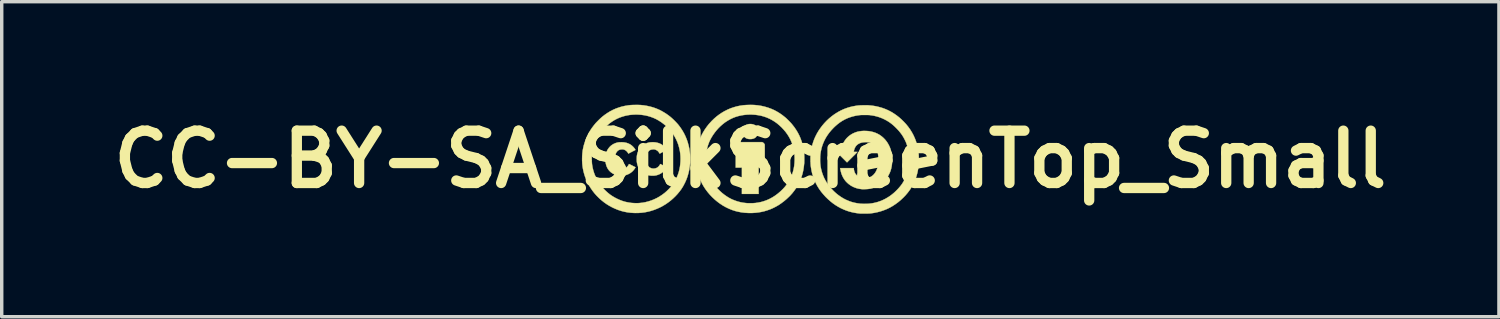
<source format=kicad_pcb>
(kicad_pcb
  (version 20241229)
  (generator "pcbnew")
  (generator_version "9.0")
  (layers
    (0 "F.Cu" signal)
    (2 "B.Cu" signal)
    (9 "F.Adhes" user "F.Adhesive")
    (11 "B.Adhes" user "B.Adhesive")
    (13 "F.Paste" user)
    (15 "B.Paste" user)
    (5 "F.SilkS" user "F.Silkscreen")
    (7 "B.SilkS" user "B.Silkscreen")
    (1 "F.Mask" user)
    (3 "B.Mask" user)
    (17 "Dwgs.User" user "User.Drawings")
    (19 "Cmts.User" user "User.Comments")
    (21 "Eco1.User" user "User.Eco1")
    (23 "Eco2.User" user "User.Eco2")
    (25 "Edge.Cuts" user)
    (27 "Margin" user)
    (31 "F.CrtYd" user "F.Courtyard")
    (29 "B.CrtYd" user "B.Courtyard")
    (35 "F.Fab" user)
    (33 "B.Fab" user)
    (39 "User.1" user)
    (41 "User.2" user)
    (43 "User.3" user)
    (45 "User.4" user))
  (footprint "CC-BY-SA_SilkScreenTop_Small"
    (layer "F.Cu")
    (at 18.803 1.59)
    (property "Reference" "CC-BY-SA_SilkScreenTop_Small" (at 0 0 0) (layer "F.SilkS") (effects (font (size 1.524 1.524) (thickness 0.3))))
    (attr through_hole)
    (fp_poly (pts (xy 0.363 -0.492) (xy 0.382 -0.48) (xy 0.399 -0.463) (xy 0.412 -0.444) (xy 0.413 -0.443) (xy 0.42 -0.429) (xy 0.421 -0.094) (xy 0.422 0.242) (xy 0.242 0.242) (xy 0.242 1.008) (xy -0.245 1.008) (xy -0.245 0.242) (xy -0.425 0.242) (xy -0.424 -0.094) (xy -0.423 -0.429) (xy -0.416 -0.444) (xy -0.404 -0.462) (xy -0.388 -0.478) (xy -0.369 -0.491) (xy -0.366 -0.493) (xy -0.349 -0.501) (xy 0.346 -0.501) (xy 0.363 -0.492)) (stroke (width 0.01) (type solid)) (fill yes) (layer "F.SilkS"))
    (fp_poly (pts (xy 0.018 -1.028) (xy 0.051 -1.024) (xy 0.083 -1.017) (xy 0.111 -1.007) (xy 0.132 -0.996) (xy 0.152 -0.981) (xy 0.17 -0.963) (xy 0.184 -0.943) (xy 0.187 -0.939) (xy 0.198 -0.916) (xy 0.207 -0.888) (xy 0.213 -0.857) (xy 0.216 -0.825) (xy 0.216 -0.793) (xy 0.216 -0.789) (xy 0.211 -0.749) (xy 0.202 -0.714) (xy 0.189 -0.683) (xy 0.172 -0.657) (xy 0.15 -0.635) (xy 0.124 -0.618) (xy 0.094 -0.604) (xy 0.059 -0.595) (xy 0.042 -0.592) (xy 0.013 -0.59) (xy -0.019 -0.59) (xy -0.048 -0.592) (xy -0.048 -0.592) (xy -0.085 -0.6) (xy -0.117 -0.612) (xy -0.145 -0.628) (xy -0.168 -0.649) (xy -0.187 -0.674) (xy -0.202 -0.703) (xy -0.212 -0.737) (xy -0.217 -0.764) (xy -0.219 -0.797) (xy -0.219 -0.83) (xy -0.215 -0.863) (xy -0.208 -0.894) (xy -0.199 -0.922) (xy -0.188 -0.942) (xy -0.176 -0.959) (xy -0.16 -0.976) (xy -0.143 -0.99) (xy -0.135 -0.996) (xy -0.11 -1.009) (xy -0.081 -1.018) (xy -0.05 -1.025) (xy -0.016 -1.028) (xy 0.018 -1.028)) (stroke (width 0.01) (type solid)) (fill yes) (layer "F.SilkS"))
    (fp_poly (pts (xy -3.723 -0.497) (xy -3.696 -0.495) (xy -3.672 -0.493) (xy -3.656 -0.49) (xy -3.604 -0.479) (xy -3.557 -0.463) (xy -3.513 -0.442) (xy -3.481 -0.423) (xy -3.449 -0.398) (xy -3.417 -0.369) (xy -3.388 -0.337) (xy -3.363 -0.304) (xy -3.354 -0.288) (xy -3.345 -0.273) (xy -3.396 -0.247) (xy -3.417 -0.236) (xy -3.44 -0.224) (xy -3.465 -0.211) (xy -3.488 -0.199) (xy -3.499 -0.193) (xy -3.552 -0.166) (xy -3.564 -0.187) (xy -3.577 -0.207) (xy -3.594 -0.227) (xy -3.613 -0.245) (xy -3.632 -0.26) (xy -3.645 -0.267) (xy -3.664 -0.277) (xy -3.68 -0.283) (xy -3.695 -0.287) (xy -3.711 -0.289) (xy -3.73 -0.29) (xy -3.736 -0.29) (xy -3.773 -0.287) (xy -3.806 -0.279) (xy -3.836 -0.266) (xy -3.862 -0.247) (xy -3.884 -0.224) (xy -3.903 -0.196) (xy -3.918 -0.164) (xy -3.929 -0.126) (xy -3.936 -0.083) (xy -3.938 -0.072) (xy -3.941 -0.021) (xy -3.939 0.027) (xy -3.934 0.072) (xy -3.924 0.114) (xy -3.91 0.152) (xy -3.892 0.186) (xy -3.875 0.208) (xy -3.86 0.223) (xy -3.84 0.238) (xy -3.818 0.25) (xy -3.797 0.259) (xy -3.786 0.263) (xy -3.776 0.265) (xy -3.766 0.267) (xy -3.754 0.268) (xy -3.738 0.268) (xy -3.73 0.268) (xy -3.704 0.267) (xy -3.683 0.265) (xy -3.664 0.261) (xy -3.646 0.255) (xy -3.631 0.248) (xy -3.603 0.231) (xy -3.579 0.208) (xy -3.557 0.181) (xy -3.543 0.157) (xy -3.538 0.147) (xy -3.535 0.14) (xy -3.533 0.137) (xy -3.53 0.138) (xy -3.523 0.142) (xy -3.511 0.147) (xy -3.496 0.154) (xy -3.479 0.163) (xy -3.46 0.172) (xy -3.441 0.182) (xy -3.421 0.192) (xy -3.403 0.201) (xy -3.385 0.21) (xy -3.37 0.218) (xy -3.359 0.224) (xy -3.351 0.228) (xy -3.348 0.23) (xy -3.346 0.232) (xy -3.345 0.235) (xy -3.347 0.24) (xy -3.351 0.247) (xy -3.358 0.258) (xy -3.364 0.267) (xy -3.388 0.301) (xy -3.413 0.331) (xy -3.44 0.358) (xy -3.47 0.382) (xy -3.49 0.397) (xy -3.523 0.417) (xy -3.56 0.435) (xy -3.599 0.451) (xy -3.638 0.463) (xy -3.666 0.47) (xy -3.682 0.472) (xy -3.703 0.474) (xy -3.726 0.475) (xy -3.75 0.476) (xy -3.774 0.476) (xy -3.796 0.476) (xy -3.814 0.475) (xy -3.819 0.475) (xy -3.873 0.466) (xy -3.924 0.451) (xy -3.972 0.432) (xy -4.016 0.408) (xy -4.057 0.38) (xy -4.093 0.347) (xy -4.126 0.31) (xy -4.154 0.269) (xy -4.177 0.224) (xy -4.193 0.183) (xy -4.207 0.132) (xy -4.216 0.079) (xy -4.221 0.024) (xy -4.221 -0.032) (xy -4.217 -0.088) (xy -4.209 -0.141) (xy -4.195 -0.192) (xy -4.193 -0.198) (xy -4.175 -0.244) (xy -4.153 -0.286) (xy -4.126 -0.325) (xy -4.095 -0.362) (xy -4.057 -0.398) (xy -4.015 -0.428) (xy -3.971 -0.453) (xy -3.923 -0.473) (xy -3.872 -0.488) (xy -3.849 -0.492) (xy -3.83 -0.495) (xy -3.807 -0.497) (xy -3.78 -0.497) (xy -3.752 -0.498) (xy -3.723 -0.497)) (stroke (width 0.01) (type solid)) (fill yes) (layer "F.SilkS"))
    (fp_poly (pts (xy -2.799 -0.497) (xy -2.77 -0.494) (xy -2.745 -0.491) (xy -2.744 -0.49) (xy -2.691 -0.478) (xy -2.642 -0.462) (xy -2.598 -0.44) (xy -2.557 -0.414) (xy -2.52 -0.383) (xy -2.486 -0.347) (xy -2.457 -0.308) (xy -2.449 -0.296) (xy -2.443 -0.286) (xy -2.44 -0.279) (xy -2.439 -0.277) (xy -2.441 -0.274) (xy -2.447 -0.27) (xy -2.457 -0.264) (xy -2.472 -0.255) (xy -2.492 -0.244) (xy -2.517 -0.231) (xy -2.539 -0.219) (xy -2.64 -0.165) (xy -2.648 -0.18) (xy -2.668 -0.21) (xy -2.69 -0.236) (xy -2.716 -0.257) (xy -2.747 -0.274) (xy -2.772 -0.284) (xy -2.782 -0.287) (xy -2.794 -0.289) (xy -2.808 -0.29) (xy -2.825 -0.29) (xy -2.86 -0.287) (xy -2.891 -0.281) (xy -2.918 -0.27) (xy -2.943 -0.255) (xy -2.961 -0.239) (xy -2.981 -0.216) (xy -2.997 -0.191) (xy -3.01 -0.162) (xy -3.019 -0.13) (xy -3.026 -0.093) (xy -3.029 -0.052) (xy -3.03 -0.014) (xy -3.029 0.033) (xy -3.024 0.074) (xy -3.016 0.112) (xy -3.004 0.145) (xy -2.989 0.175) (xy -2.97 0.202) (xy -2.959 0.214) (xy -2.936 0.234) (xy -2.909 0.25) (xy -2.88 0.261) (xy -2.849 0.268) (xy -2.817 0.27) (xy -2.785 0.267) (xy -2.754 0.26) (xy -2.725 0.249) (xy -2.698 0.233) (xy -2.676 0.214) (xy -2.667 0.204) (xy -2.657 0.192) (xy -2.647 0.179) (xy -2.639 0.166) (xy -2.632 0.154) (xy -2.627 0.145) (xy -2.626 0.14) (xy -2.624 0.137) (xy -2.623 0.136) (xy -2.62 0.138) (xy -2.612 0.141) (xy -2.6 0.147) (xy -2.585 0.155) (xy -2.567 0.163) (xy -2.548 0.172) (xy -2.528 0.182) (xy -2.508 0.192) (xy -2.489 0.202) (xy -2.471 0.211) (xy -2.456 0.218) (xy -2.443 0.225) (xy -2.435 0.229) (xy -2.431 0.231) (xy -2.431 0.231) (xy -2.432 0.234) (xy -2.436 0.242) (xy -2.442 0.252) (xy -2.45 0.264) (xy -2.459 0.276) (xy -2.468 0.289) (xy -2.477 0.3) (xy -2.479 0.303) (xy -2.514 0.342) (xy -2.554 0.377) (xy -2.597 0.407) (xy -2.643 0.432) (xy -2.692 0.452) (xy -2.742 0.467) (xy -2.786 0.474) (xy -2.808 0.476) (xy -2.833 0.477) (xy -2.86 0.477) (xy -2.887 0.476) (xy -2.908 0.474) (xy -2.963 0.466) (xy -3.014 0.452) (xy -3.061 0.433) (xy -3.106 0.408) (xy -3.147 0.378) (xy -3.18 0.349) (xy -3.212 0.312) (xy -3.24 0.273) (xy -3.263 0.23) (xy -3.281 0.183) (xy -3.295 0.132) (xy -3.304 0.081) (xy -3.306 0.06) (xy -3.307 0.035) (xy -3.308 0.008) (xy -3.308 -0.021) (xy -3.307 -0.049) (xy -3.306 -0.075) (xy -3.304 -0.096) (xy -3.304 -0.1) (xy -3.294 -0.155) (xy -3.279 -0.206) (xy -3.258 -0.254) (xy -3.233 -0.299) (xy -3.203 -0.34) (xy -3.169 -0.377) (xy -3.136 -0.404) (xy -3.1 -0.43) (xy -3.063 -0.451) (xy -3.025 -0.468) (xy -2.983 -0.481) (xy -2.945 -0.491) (xy -2.921 -0.494) (xy -2.893 -0.496) (xy -2.863 -0.498) (xy -2.831 -0.498) (xy -2.799 -0.497)) (stroke (width 0.01) (type solid)) (fill yes) (layer "F.SilkS"))
    (fp_poly (pts (xy 3.373 -0.826) (xy 3.446 -0.821) (xy 3.516 -0.809) (xy 3.583 -0.793) (xy 3.647 -0.771) (xy 3.707 -0.744) (xy 3.765 -0.712) (xy 3.819 -0.674) (xy 3.869 -0.632) (xy 3.917 -0.584) (xy 3.946 -0.55) (xy 3.988 -0.493) (xy 4.024 -0.433) (xy 4.056 -0.369) (xy 4.082 -0.303) (xy 4.102 -0.233) (xy 4.118 -0.161) (xy 4.128 -0.086) (xy 4.132 -0.008) (xy 4.132 0.056) (xy 4.127 0.132) (xy 4.117 0.205) (xy 4.102 0.275) (xy 4.082 0.341) (xy 4.056 0.405) (xy 4.025 0.466) (xy 3.995 0.515) (xy 3.953 0.573) (xy 3.907 0.627) (xy 3.858 0.675) (xy 3.806 0.718) (xy 3.75 0.756) (xy 3.691 0.788) (xy 3.628 0.815) (xy 3.563 0.837) (xy 3.494 0.854) (xy 3.435 0.864) (xy 3.418 0.865) (xy 3.396 0.867) (xy 3.371 0.868) (xy 3.344 0.869) (xy 3.317 0.87) (xy 3.291 0.87) (xy 3.268 0.87) (xy 3.248 0.869) (xy 3.239 0.868) (xy 3.171 0.859) (xy 3.107 0.844) (xy 3.047 0.824) (xy 2.989 0.799) (xy 2.933 0.768) (xy 2.916 0.757) (xy 2.864 0.72) (xy 2.817 0.678) (xy 2.774 0.633) (xy 2.737 0.584) (xy 2.704 0.531) (xy 2.676 0.474) (xy 2.653 0.414) (xy 2.635 0.349) (xy 2.625 0.299) (xy 2.622 0.286) (xy 2.62 0.274) (xy 2.619 0.266) (xy 2.618 0.264) (xy 2.617 0.257) (xy 3.014 0.257) (xy 3.014 0.272) (xy 3.015 0.286) (xy 3.018 0.304) (xy 3.022 0.324) (xy 3.027 0.345) (xy 3.033 0.364) (xy 3.036 0.372) (xy 3.052 0.407) (xy 3.074 0.438) (xy 3.1 0.465) (xy 3.131 0.488) (xy 3.166 0.508) (xy 3.196 0.52) (xy 3.217 0.526) (xy 3.237 0.532) (xy 3.257 0.536) (xy 3.277 0.538) (xy 3.301 0.54) (xy 3.328 0.541) (xy 3.353 0.541) (xy 3.381 0.541) (xy 3.404 0.54) (xy 3.423 0.538) (xy 3.439 0.536) (xy 3.455 0.532) (xy 3.47 0.527) (xy 3.487 0.519) (xy 3.501 0.513) (xy 3.537 0.492) (xy 3.572 0.465) (xy 3.603 0.434) (xy 3.632 0.397) (xy 3.657 0.357) (xy 3.679 0.312) (xy 3.697 0.263) (xy 3.712 0.211) (xy 3.713 0.207) (xy 3.723 0.151) (xy 3.729 0.091) (xy 3.732 0.028) (xy 3.732 -0.034) (xy 3.727 -0.096) (xy 3.719 -0.156) (xy 3.708 -0.211) (xy 3.693 -0.262) (xy 3.674 -0.309) (xy 3.652 -0.35) (xy 3.626 -0.387) (xy 3.596 -0.419) (xy 3.563 -0.445) (xy 3.527 -0.467) (xy 3.487 -0.483) (xy 3.465 -0.49) (xy 3.432 -0.496) (xy 3.395 -0.5) (xy 3.356 -0.5) (xy 3.316 -0.498) (xy 3.277 -0.493) (xy 3.24 -0.486) (xy 3.212 -0.478) (xy 3.172 -0.461) (xy 3.136 -0.441) (xy 3.105 -0.416) (xy 3.078 -0.387) (xy 3.056 -0.354) (xy 3.039 -0.318) (xy 3.033 -0.303) (xy 3.027 -0.285) (xy 3.022 -0.267) (xy 3.018 -0.249) (xy 3.015 -0.235) (xy 3.014 -0.225) (xy 3.014 -0.217) (xy 3.122 -0.215) (xy 2.817 0.09) (xy 2.663 -0.064) (xy 2.51 -0.217) (xy 2.628 -0.217) (xy 2.632 -0.241) (xy 2.634 -0.253) (xy 2.638 -0.269) (xy 2.642 -0.287) (xy 2.646 -0.306) (xy 2.648 -0.312) (xy 2.667 -0.377) (xy 2.691 -0.438) (xy 2.72 -0.495) (xy 2.754 -0.548) (xy 2.791 -0.598) (xy 2.834 -0.643) (xy 2.88 -0.683) (xy 2.931 -0.719) (xy 2.961 -0.738) (xy 3.013 -0.764) (xy 3.066 -0.786) (xy 3.12 -0.803) (xy 3.177 -0.815) (xy 3.237 -0.823) (xy 3.297 -0.827) (xy 3.373 -0.826)) (stroke (width 0.01) (type solid)) (fill yes) (layer "F.SilkS"))
    (fp_poly (pts (xy 0.054 -1.584) (xy 0.094 -1.583) (xy 0.127 -1.581) (xy 0.227 -1.571) (xy 0.325 -1.555) (xy 0.42 -1.533) (xy 0.512 -1.506) (xy 0.601 -1.474) (xy 0.688 -1.436) (xy 0.772 -1.392) (xy 0.853 -1.343) (xy 0.932 -1.288) (xy 1.009 -1.227) (xy 1.036 -1.204) (xy 1.057 -1.185) (xy 1.08 -1.162) (xy 1.106 -1.137) (xy 1.131 -1.111) (xy 1.157 -1.085) (xy 1.18 -1.06) (xy 1.201 -1.037) (xy 1.215 -1.02) (xy 1.276 -0.943) (xy 1.331 -0.863) (xy 1.38 -0.782) (xy 1.424 -0.698) (xy 1.462 -0.612) (xy 1.494 -0.523) (xy 1.521 -0.431) (xy 1.543 -0.337) (xy 1.558 -0.24) (xy 1.569 -0.14) (xy 1.569 -0.14) (xy 1.57 -0.12) (xy 1.571 -0.095) (xy 1.572 -0.067) (xy 1.572 -0.036) (xy 1.572 -0.005) (xy 1.572 0.027) (xy 1.571 0.057) (xy 1.571 0.084) (xy 1.57 0.107) (xy 1.569 0.12) (xy 1.558 0.22) (xy 1.543 0.317) (xy 1.522 0.411) (xy 1.495 0.502) (xy 1.463 0.59) (xy 1.426 0.675) (xy 1.383 0.758) (xy 1.334 0.837) (xy 1.28 0.914) (xy 1.221 0.989) (xy 1.156 1.061) (xy 1.135 1.082) (xy 1.06 1.153) (xy 0.982 1.219) (xy 0.902 1.279) (xy 0.821 1.334) (xy 0.737 1.382) (xy 0.651 1.425) (xy 0.579 1.456) (xy 0.494 1.486) (xy 0.408 1.512) (xy 0.322 1.532) (xy 0.234 1.547) (xy 0.144 1.557) (xy 0.051 1.563) (xy -0.045 1.563) (xy -0.067 1.562) (xy -0.164 1.556) (xy -0.26 1.544) (xy -0.354 1.526) (xy -0.446 1.503) (xy -0.536 1.473) (xy -0.624 1.437) (xy -0.71 1.396) (xy -0.794 1.349) (xy -0.876 1.296) (xy -0.955 1.238) (xy -1.032 1.174) (xy -1.107 1.104) (xy -1.109 1.102) (xy -1.179 1.029) (xy -1.243 0.953) (xy -1.302 0.875) (xy -1.355 0.794) (xy -1.403 0.712) (xy -1.444 0.626) (xy -1.48 0.539) (xy -1.511 0.449) (xy -1.535 0.356) (xy -1.554 0.261) (xy -1.567 0.169) (xy -1.571 0.123) (xy -1.574 0.072) (xy -1.575 0.018) (xy -1.575 0.009) (xy -1.295 0.009) (xy -1.291 0.094) (xy -1.282 0.178) (xy -1.267 0.262) (xy -1.247 0.343) (xy -1.221 0.423) (xy -1.19 0.5) (xy -1.186 0.509) (xy -1.149 0.583) (xy -1.107 0.655) (xy -1.059 0.725) (xy -1.007 0.793) (xy -0.95 0.858) (xy -0.889 0.919) (xy -0.826 0.977) (xy -0.759 1.03) (xy -0.689 1.079) (xy -0.618 1.123) (xy -0.545 1.161) (xy -0.53 1.168) (xy -0.451 1.2) (xy -0.369 1.228) (xy -0.284 1.25) (xy -0.198 1.266) (xy -0.109 1.276) (xy -0.09 1.277) (xy -0.068 1.278) (xy -0.041 1.279) (xy -0.012 1.279) (xy 0.02 1.279) (xy 0.052 1.278) (xy 0.083 1.277) (xy 0.111 1.275) (xy 0.135 1.273) (xy 0.143 1.273) (xy 0.23 1.26) (xy 0.316 1.243) (xy 0.398 1.219) (xy 0.479 1.19) (xy 0.557 1.155) (xy 0.634 1.114) (xy 0.708 1.068) (xy 0.781 1.015) (xy 0.817 0.987) (xy 0.887 0.926) (xy 0.951 0.864) (xy 1.009 0.799) (xy 1.062 0.732) (xy 1.109 0.662) (xy 1.151 0.59) (xy 1.187 0.516) (xy 1.218 0.439) (xy 1.222 0.426) (xy 1.245 0.352) (xy 1.264 0.273) (xy 1.278 0.193) (xy 1.287 0.11) (xy 1.291 0.027) (xy 1.291 -0.057) (xy 1.286 -0.14) (xy 1.276 -0.222) (xy 1.262 -0.302) (xy 1.253 -0.341) (xy 1.229 -0.424) (xy 1.199 -0.504) (xy 1.165 -0.582) (xy 1.124 -0.657) (xy 1.078 -0.73) (xy 1.027 -0.8) (xy 0.969 -0.868) (xy 0.907 -0.934) (xy 0.843 -0.993) (xy 0.779 -1.047) (xy 0.712 -1.095) (xy 0.644 -1.137) (xy 0.573 -1.176) (xy 0.499 -1.209) (xy 0.454 -1.227) (xy 0.382 -1.251) (xy 0.306 -1.271) (xy 0.227 -1.286) (xy 0.147 -1.297) (xy 0.064 -1.303) (xy -0.019 -1.304) (xy -0.101 -1.301) (xy -0.183 -1.292) (xy -0.251 -1.282) (xy -0.336 -1.263) (xy -0.419 -1.239) (xy -0.499 -1.209) (xy -0.576 -1.173) (xy -0.651 -1.131) (xy -0.724 -1.084) (xy -0.739 -1.074) (xy -0.804 -1.023) (xy -0.868 -0.967) (xy -0.928 -0.908) (xy -0.985 -0.844) (xy -1.038 -0.777) (xy -1.087 -0.708) (xy -1.131 -0.637) (xy -1.17 -0.565) (xy -1.203 -0.492) (xy -1.204 -0.488) (xy -1.233 -0.409) (xy -1.256 -0.328) (xy -1.274 -0.245) (xy -1.287 -0.161) (xy -1.294 -0.076) (xy -1.295 0.009) (xy -1.575 0.009) (xy -1.575 -0.037) (xy -1.574 -0.092) (xy -1.571 -0.146) (xy -1.566 -0.197) (xy -1.561 -0.242) (xy -1.544 -0.339) (xy -1.521 -0.433) (xy -1.493 -0.525) (xy -1.459 -0.615) (xy -1.42 -0.702) (xy -1.374 -0.787) (xy -1.323 -0.87) (xy -1.266 -0.951) (xy -1.204 -1.03) (xy -1.193 -1.042) (xy -1.125 -1.116) (xy -1.054 -1.185) (xy -0.98 -1.249) (xy -0.903 -1.307) (xy -0.823 -1.36) (xy -0.741 -1.408) (xy -0.656 -1.45) (xy -0.568 -1.487) (xy -0.478 -1.517) (xy -0.386 -1.543) (xy -0.292 -1.562) (xy -0.202 -1.575) (xy -0.165 -1.578) (xy -0.123 -1.581) (xy -0.079 -1.583) (xy -0.034 -1.584) (xy 0.011 -1.585) (xy 0.054 -1.584)) (stroke (width 0.01) (type solid)) (fill yes) (layer "F.SilkS"))
    (fp_poly (pts (xy -3.272 -1.584) (xy -3.243 -1.583) (xy -3.218 -1.582) (xy -3.205 -1.582) (xy -3.105 -1.572) (xy -3.008 -1.556) (xy -2.914 -1.535) (xy -2.822 -1.509) (xy -2.733 -1.477) (xy -2.646 -1.439) (xy -2.562 -1.395) (xy -2.48 -1.346) (xy -2.462 -1.335) (xy -2.419 -1.305) (xy -2.379 -1.276) (xy -2.341 -1.247) (xy -2.304 -1.216) (xy -2.266 -1.182) (xy -2.227 -1.145) (xy -2.206 -1.124) (xy -2.17 -1.087) (xy -2.138 -1.053) (xy -2.109 -1.021) (xy -2.082 -0.988) (xy -2.057 -0.954) (xy -2.036 -0.926) (xy -1.982 -0.845) (xy -1.934 -0.762) (xy -1.891 -0.675) (xy -1.854 -0.586) (xy -1.823 -0.495) (xy -1.797 -0.4) (xy -1.776 -0.304) (xy -1.762 -0.205) (xy -1.755 -0.136) (xy -1.754 -0.116) (xy -1.753 -0.091) (xy -1.752 -0.063) (xy -1.752 -0.032) (xy -1.752 -0.001) (xy -1.752 0.03) (xy -1.753 0.059) (xy -1.753 0.086) (xy -1.754 0.108) (xy -1.755 0.116) (xy -1.766 0.217) (xy -1.782 0.316) (xy -1.804 0.411) (xy -1.831 0.504) (xy -1.864 0.594) (xy -1.903 0.681) (xy -1.947 0.766) (xy -1.971 0.807) (xy -2.015 0.876) (xy -2.066 0.943) (xy -2.121 1.01) (xy -2.181 1.074) (xy -2.245 1.136) (xy -2.312 1.195) (xy -2.379 1.247) (xy -2.457 1.302) (xy -2.539 1.352) (xy -2.625 1.398) (xy -2.713 1.438) (xy -2.803 1.473) (xy -2.895 1.503) (xy -2.982 1.525) (xy -3.072 1.543) (xy -3.164 1.555) (xy -3.257 1.562) (xy -3.353 1.563) (xy -3.389 1.562) (xy -3.485 1.556) (xy -3.579 1.544) (xy -3.672 1.526) (xy -3.764 1.502) (xy -3.855 1.472) (xy -3.945 1.435) (xy -4.011 1.405) (xy -4.097 1.359) (xy -4.179 1.309) (xy -4.259 1.253) (xy -4.334 1.193) (xy -4.406 1.129) (xy -4.474 1.061) (xy -4.538 0.989) (xy -4.597 0.913) (xy -4.651 0.835) (xy -4.701 0.753) (xy -4.745 0.669) (xy -4.785 0.582) (xy -4.818 0.493) (xy -4.844 0.407) (xy -4.862 0.336) (xy -4.876 0.267) (xy -4.887 0.197) (xy -4.894 0.126) (xy -4.898 0.053) (xy -4.899 -0.012) (xy -4.898 -0.054) (xy -4.618 -0.054) (xy -4.618 0.033) (xy -4.612 0.121) (xy -4.609 0.15) (xy -4.595 0.235) (xy -4.575 0.319) (xy -4.549 0.402) (xy -4.517 0.483) (xy -4.48 0.561) (xy -4.438 0.638) (xy -4.39 0.711) (xy -4.337 0.782) (xy -4.28 0.849) (xy -4.269 0.861) (xy -4.209 0.921) (xy -4.148 0.976) (xy -4.086 1.026) (xy -4.02 1.071) (xy -3.951 1.112) (xy -3.878 1.15) (xy -3.878 1.15) (xy -3.797 1.186) (xy -3.716 1.216) (xy -3.634 1.24) (xy -3.55 1.257) (xy -3.465 1.27) (xy -3.377 1.276) (xy -3.332 1.277) (xy -3.31 1.277) (xy -3.286 1.277) (xy -3.263 1.276) (xy -3.242 1.275) (xy -3.234 1.274) (xy -3.145 1.265) (xy -3.057 1.249) (xy -2.97 1.227) (xy -2.886 1.2) (xy -2.804 1.167) (xy -2.724 1.129) (xy -2.647 1.086) (xy -2.573 1.037) (xy -2.501 0.984) (xy -2.434 0.926) (xy -2.37 0.863) (xy -2.31 0.795) (xy -2.259 0.731) (xy -2.215 0.666) (xy -2.176 0.598) (xy -2.141 0.525) (xy -2.11 0.45) (xy -2.084 0.372) (xy -2.064 0.293) (xy -2.062 0.285) (xy -2.049 0.214) (xy -2.04 0.139) (xy -2.034 0.063) (xy -2.032 -0.014) (xy -2.034 -0.09) (xy -2.04 -0.164) (xy -2.05 -0.235) (xy -2.051 -0.242) (xy -2.07 -0.33) (xy -2.094 -0.416) (xy -2.124 -0.499) (xy -2.16 -0.579) (xy -2.201 -0.657) (xy -2.247 -0.731) (xy -2.299 -0.802) (xy -2.356 -0.871) (xy -2.418 -0.936) (xy -2.486 -0.998) (xy -2.516 -1.023) (xy -2.587 -1.077) (xy -2.661 -1.125) (xy -2.736 -1.168) (xy -2.814 -1.204) (xy -2.895 -1.235) (xy -2.977 -1.26) (xy -3.062 -1.28) (xy -3.099 -1.286) (xy -3.18 -1.297) (xy -3.264 -1.303) (xy -3.348 -1.304) (xy -3.433 -1.3) (xy -3.515 -1.292) (xy -3.557 -1.285) (xy -3.643 -1.268) (xy -3.726 -1.244) (xy -3.807 -1.216) (xy -3.885 -1.181) (xy -3.96 -1.141) (xy -4.033 -1.095) (xy -4.103 -1.044) (xy -4.111 -1.037) (xy -4.164 -0.992) (xy -4.217 -0.943) (xy -4.268 -0.89) (xy -4.316 -0.835) (xy -4.354 -0.788) (xy -4.406 -0.713) (xy -4.453 -0.637) (xy -4.494 -0.558) (xy -4.529 -0.478) (xy -4.559 -0.395) (xy -4.583 -0.312) (xy -4.601 -0.227) (xy -4.613 -0.141) (xy -4.618 -0.054) (xy -4.898 -0.054) (xy -4.897 -0.096) (xy -4.891 -0.177) (xy -4.882 -0.255) (xy -4.867 -0.331) (xy -4.849 -0.408) (xy -4.825 -0.487) (xy -4.818 -0.508) (xy -4.787 -0.595) (xy -4.751 -0.678) (xy -4.71 -0.759) (xy -4.664 -0.837) (xy -4.613 -0.914) (xy -4.556 -0.989) (xy -4.518 -1.036) (xy -4.501 -1.056) (xy -4.479 -1.079) (xy -4.455 -1.104) (xy -4.429 -1.13) (xy -4.402 -1.157) (xy -4.376 -1.182) (xy -4.351 -1.205) (xy -4.328 -1.225) (xy -4.316 -1.236) (xy -4.24 -1.295) (xy -4.162 -1.349) (xy -4.084 -1.397) (xy -4.003 -1.439) (xy -3.92 -1.476) (xy -3.834 -1.507) (xy -3.746 -1.534) (xy -3.654 -1.555) (xy -3.559 -1.571) (xy -3.51 -1.577) (xy -3.49 -1.579) (xy -3.465 -1.58) (xy -3.436 -1.582) (xy -3.404 -1.583) (xy -3.371 -1.583) (xy -3.337 -1.584) (xy -3.304 -1.584) (xy -3.272 -1.584)) (stroke (width 0.01) (type solid)) (fill yes) (layer "F.SilkS"))
    (fp_poly (pts (xy 3.385 -1.574) (xy 3.414 -1.574) (xy 3.439 -1.573) (xy 3.452 -1.572) (xy 3.552 -1.562) (xy 3.65 -1.547) (xy 3.744 -1.525) (xy 3.836 -1.499) (xy 3.925 -1.467) (xy 4.012 -1.429) (xy 4.096 -1.386) (xy 4.177 -1.337) (xy 4.257 -1.282) (xy 4.334 -1.222) (xy 4.336 -1.22) (xy 4.406 -1.158) (xy 4.472 -1.093) (xy 4.535 -1.025) (xy 4.593 -0.954) (xy 4.645 -0.882) (xy 4.656 -0.867) (xy 4.706 -0.786) (xy 4.751 -0.703) (xy 4.79 -0.617) (xy 4.824 -0.529) (xy 4.852 -0.439) (xy 4.874 -0.346) (xy 4.891 -0.25) (xy 4.903 -0.151) (xy 4.905 -0.122) (xy 4.906 -0.101) (xy 4.907 -0.075) (xy 4.908 -0.046) (xy 4.908 -0.014) (xy 4.908 0.019) (xy 4.907 0.053) (xy 4.906 0.086) (xy 4.905 0.117) (xy 4.904 0.145) (xy 4.902 0.169) (xy 4.901 0.188) (xy 4.887 0.287) (xy 4.868 0.384) (xy 4.843 0.477) (xy 4.814 0.567) (xy 4.779 0.654) (xy 4.738 0.738) (xy 4.693 0.819) (xy 4.641 0.897) (xy 4.584 0.973) (xy 4.522 1.046) (xy 4.462 1.109) (xy 4.387 1.18) (xy 4.31 1.245) (xy 4.23 1.304) (xy 4.148 1.358) (xy 4.064 1.406) (xy 3.977 1.448) (xy 3.887 1.484) (xy 3.795 1.515) (xy 3.701 1.54) (xy 3.604 1.56) (xy 3.507 1.574) (xy 3.488 1.575) (xy 3.464 1.577) (xy 3.436 1.578) (xy 3.406 1.579) (xy 3.373 1.58) (xy 3.339 1.58) (xy 3.306 1.58) (xy 3.274 1.58) (xy 3.244 1.58) (xy 3.217 1.579) (xy 3.195 1.578) (xy 3.183 1.577) (xy 3.086 1.565) (xy 2.992 1.548) (xy 2.901 1.526) (xy 2.813 1.498) (xy 2.728 1.465) (xy 2.644 1.427) (xy 2.564 1.384) (xy 2.485 1.336) (xy 2.407 1.282) (xy 2.333 1.223) (xy 2.261 1.159) (xy 2.192 1.092) (xy 2.128 1.021) (xy 2.067 0.948) (xy 2.012 0.872) (xy 1.962 0.794) (xy 1.936 0.748) (xy 1.895 0.669) (xy 1.86 0.59) (xy 1.831 0.509) (xy 1.805 0.426) (xy 1.785 0.34) (xy 1.769 0.25) (xy 1.761 0.193) (xy 1.759 0.17) (xy 1.757 0.143) (xy 1.755 0.111) (xy 1.754 0.077) (xy 1.753 0.042) (xy 1.752 0.021) (xy 2.034 0.021) (xy 2.034 0.052) (xy 2.035 0.081) (xy 2.036 0.106) (xy 2.037 0.116) (xy 2.047 0.205) (xy 2.063 0.29) (xy 2.085 0.373) (xy 2.112 0.453) (xy 2.144 0.531) (xy 2.183 0.607) (xy 2.227 0.681) (xy 2.276 0.752) (xy 2.332 0.822) (xy 2.394 0.89) (xy 2.412 0.909) (xy 2.451 0.947) (xy 2.489 0.981) (xy 2.526 1.013) (xy 2.564 1.042) (xy 2.569 1.046) (xy 2.642 1.097) (xy 2.717 1.143) (xy 2.794 1.182) (xy 2.874 1.216) (xy 2.955 1.244) (xy 3.039 1.266) (xy 3.125 1.282) (xy 3.212 1.293) (xy 3.303 1.297) (xy 3.395 1.296) (xy 3.449 1.293) (xy 3.536 1.283) (xy 3.621 1.267) (xy 3.705 1.245) (xy 3.787 1.217) (xy 3.867 1.183) (xy 3.945 1.144) (xy 4.02 1.099) (xy 4.042 1.085) (xy 4.085 1.055) (xy 4.126 1.024) (xy 4.165 0.992) (xy 4.204 0.958) (xy 4.244 0.92) (xy 4.273 0.891) (xy 4.319 0.842) (xy 4.361 0.793) (xy 4.399 0.745) (xy 4.432 0.697) (xy 4.463 0.646) (xy 4.492 0.592) (xy 4.508 0.561) (xy 4.534 0.502) (xy 4.557 0.442) (xy 4.576 0.382) (xy 4.592 0.319) (xy 4.606 0.253) (xy 4.617 0.182) (xy 4.619 0.166) (xy 4.621 0.147) (xy 4.622 0.123) (xy 4.623 0.095) (xy 4.624 0.064) (xy 4.625 0.031) (xy 4.625 -0.003) (xy 4.625 -0.036) (xy 4.624 -0.068) (xy 4.623 -0.098) (xy 4.622 -0.124) (xy 4.62 -0.146) (xy 4.619 -0.158) (xy 4.609 -0.225) (xy 4.597 -0.287) (xy 4.583 -0.346) (xy 4.567 -0.403) (xy 4.547 -0.46) (xy 4.539 -0.482) (xy 4.531 -0.502) (xy 4.52 -0.525) (xy 4.508 -0.551) (xy 4.495 -0.578) (xy 4.481 -0.605) (xy 4.467 -0.63) (xy 4.455 -0.653) (xy 4.444 -0.67) (xy 4.414 -0.717) (xy 4.382 -0.76) (xy 4.349 -0.802) (xy 4.313 -0.844) (xy 4.272 -0.888) (xy 4.26 -0.9) (xy 4.211 -0.949) (xy 4.163 -0.993) (xy 4.116 -1.032) (xy 4.068 -1.068) (xy 4.019 -1.101) (xy 3.967 -1.132) (xy 3.913 -1.161) (xy 3.902 -1.166) (xy 3.843 -1.194) (xy 3.784 -1.217) (xy 3.726 -1.237) (xy 3.665 -1.254) (xy 3.602 -1.269) (xy 3.535 -1.28) (xy 3.507 -1.284) (xy 3.493 -1.286) (xy 3.48 -1.288) (xy 3.468 -1.289) (xy 3.454 -1.29) (xy 3.439 -1.29) (xy 3.422 -1.291) (xy 3.402 -1.291) (xy 3.377 -1.291) (xy 3.348 -1.291) (xy 3.333 -1.291) (xy 3.301 -1.291) (xy 3.275 -1.291) (xy 3.253 -1.291) (xy 3.234 -1.291) (xy 3.218 -1.29) (xy 3.204 -1.289) (xy 3.192 -1.288) (xy 3.179 -1.287) (xy 3.165 -1.285) (xy 3.158 -1.284) (xy 3.07 -1.27) (xy 2.985 -1.25) (xy 2.904 -1.225) (xy 2.826 -1.196) (xy 2.751 -1.161) (xy 2.678 -1.12) (xy 2.608 -1.074) (xy 2.54 -1.022) (xy 2.473 -0.964) (xy 2.428 -0.921) (xy 2.363 -0.852) (xy 2.303 -0.781) (xy 2.25 -0.708) (xy 2.202 -0.633) (xy 2.161 -0.556) (xy 2.125 -0.476) (xy 2.095 -0.395) (xy 2.071 -0.312) (xy 2.053 -0.227) (xy 2.04 -0.14) (xy 2.039 -0.124) (xy 2.037 -0.102) (xy 2.035 -0.074) (xy 2.035 -0.044) (xy 2.034 -0.012) (xy 2.034 0.021) (xy 1.752 0.021) (xy 1.752 0.007) (xy 1.752 -0.028) (xy 1.752 -0.061) (xy 1.753 -0.09) (xy 1.754 -0.114) (xy 1.755 -0.118) (xy 1.765 -0.217) (xy 1.781 -0.313) (xy 1.802 -0.407) (xy 1.83 -0.499) (xy 1.862 -0.588) (xy 1.901 -0.674) (xy 1.945 -0.759) (xy 1.995 -0.842) (xy 2.03 -0.893) (xy 2.09 -0.974) (xy 2.155 -1.051) (xy 2.224 -1.124) (xy 2.297 -1.192) (xy 2.374 -1.256) (xy 2.454 -1.314) (xy 2.48 -1.331) (xy 2.559 -1.38) (xy 2.64 -1.423) (xy 2.723 -1.461) (xy 2.808 -1.493) (xy 2.895 -1.52) (xy 2.986 -1.542) (xy 3.08 -1.559) (xy 3.147 -1.568) (xy 3.167 -1.569) (xy 3.192 -1.571) (xy 3.221 -1.572) (xy 3.253 -1.573) (xy 3.286 -1.574) (xy 3.32 -1.575) (xy 3.354 -1.575) (xy 3.385 -1.574)) (stroke (width 0.01) (type solid)) (fill yes) (layer "F.SilkS")))
  (gr_rect
    (start -3 -3)
    (end 40.607 6.175)
    (stroke (width 0.1) (type default))
    (fill no)
    (layer "Edge.Cuts")))
</source>
